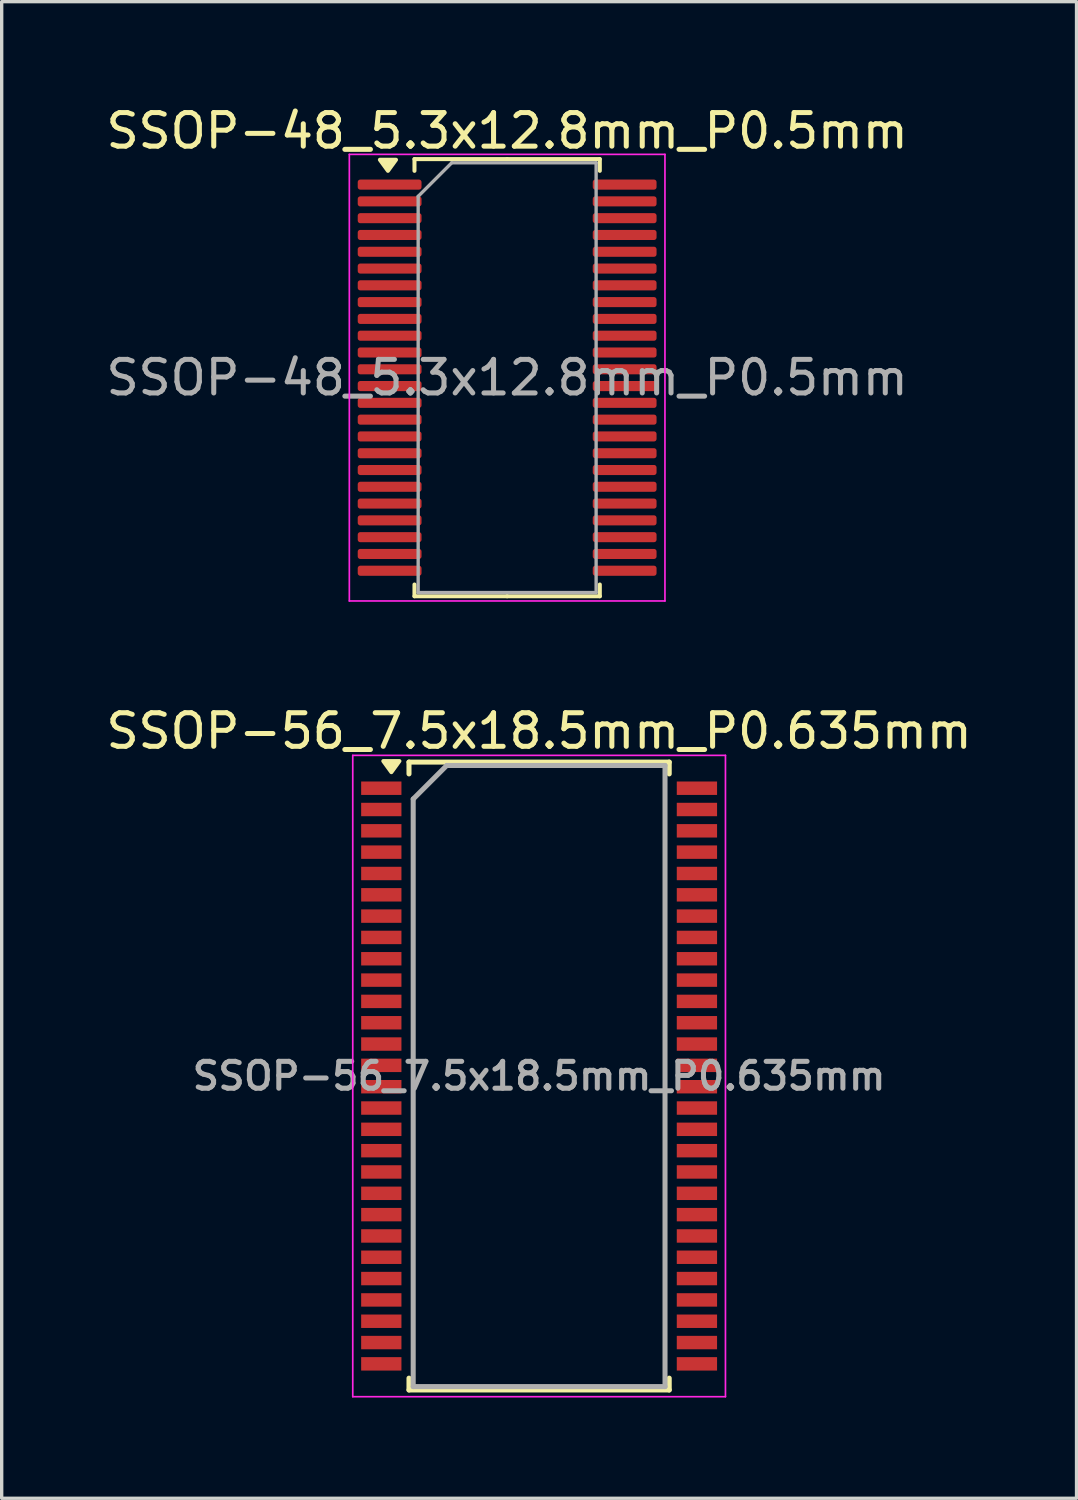
<source format=kicad_pcb>
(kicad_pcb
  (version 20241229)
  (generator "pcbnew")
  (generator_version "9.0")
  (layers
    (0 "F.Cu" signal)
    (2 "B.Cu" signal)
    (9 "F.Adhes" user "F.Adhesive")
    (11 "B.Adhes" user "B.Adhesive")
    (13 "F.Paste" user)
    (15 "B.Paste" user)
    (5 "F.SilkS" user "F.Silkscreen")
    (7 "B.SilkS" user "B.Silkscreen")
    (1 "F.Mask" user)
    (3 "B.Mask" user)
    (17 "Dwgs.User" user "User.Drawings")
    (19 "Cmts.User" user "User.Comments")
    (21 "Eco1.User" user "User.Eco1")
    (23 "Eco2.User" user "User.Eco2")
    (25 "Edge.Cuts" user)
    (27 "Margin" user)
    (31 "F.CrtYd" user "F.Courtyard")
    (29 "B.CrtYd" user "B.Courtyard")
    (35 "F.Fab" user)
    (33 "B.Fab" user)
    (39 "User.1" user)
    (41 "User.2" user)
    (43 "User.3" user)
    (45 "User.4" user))
  (footprint "SSOP-56_7.5x18.5mm_P0.635mm"
    (layer "F.Cu")
    (at 13.006 28.997)
    (property "Reference" "SSOP-56_7.5x18.5mm_P0.635mm" (at 0 -10.275 0) (layer "F.SilkS") (effects (font (size 1 1) (thickness 0.15))))
    (attr smd)
    (fp_line (start -3.875 -9.35) (end -3.875 -8.998) (stroke (width 0.15) (type solid)) (layer "F.SilkS"))
    (fp_line (start -3.875 -9.35) (end 3.875 -9.35) (stroke (width 0.15) (type solid)) (layer "F.SilkS"))
    (fp_line (start -3.875 9.35) (end -3.875 8.998) (stroke (width 0.15) (type solid)) (layer "F.SilkS"))
    (fp_line (start -3.875 9.35) (end 3.875 9.35) (stroke (width 0.15) (type solid)) (layer "F.SilkS"))
    (fp_line (start 3.875 -9.35) (end 3.875 -8.998) (stroke (width 0.15) (type solid)) (layer "F.SilkS"))
    (fp_line (start 3.875 9.35) (end 3.875 8.998) (stroke (width 0.15) (type solid)) (layer "F.SilkS"))
    (fp_poly (pts (xy -4.4 -9.05) (xy -4.64 -9.38) (xy -4.16 -9.38) (xy -4.4 -9.05)) (stroke (width 0.12) (type solid)) (fill yes) (layer "F.SilkS"))
    (fp_line (start -5.55 -9.55) (end -5.55 9.55) (stroke (width 0.05) (type solid)) (layer "F.CrtYd"))
    (fp_line (start -5.55 -9.55) (end 5.55 -9.55) (stroke (width 0.05) (type solid)) (layer "F.CrtYd"))
    (fp_line (start -5.55 9.55) (end 5.55 9.55) (stroke (width 0.05) (type solid)) (layer "F.CrtYd"))
    (fp_line (start 5.55 -9.55) (end 5.55 9.55) (stroke (width 0.05) (type solid)) (layer "F.CrtYd"))
    (fp_line (start -3.75 -8.25) (end -2.75 -9.25) (stroke (width 0.15) (type solid)) (layer "F.Fab"))
    (fp_line (start -3.75 9.25) (end -3.75 -8.25) (stroke (width 0.15) (type solid)) (layer "F.Fab"))
    (fp_line (start -2.75 -9.25) (end 3.75 -9.25) (stroke (width 0.15) (type solid)) (layer "F.Fab"))
    (fp_line (start 3.75 -9.25) (end 3.75 9.25) (stroke (width 0.15) (type solid)) (layer "F.Fab"))
    (fp_line (start 3.75 9.25) (end -3.75 9.25) (stroke (width 0.15) (type solid)) (layer "F.Fab"))
    (fp_text user "${REFERENCE}" (at 0 0 0) (layer "F.Fab") (effects (font (size 0.8 0.8) (thickness 0.15))))
    (pad "1" smd rect (at -4.7 -8.572) (size 1.2 0.4) (layers "F.Cu" "F.Mask" "F.Paste"))
    (pad "2" smd rect (at -4.7 -7.938) (size 1.2 0.4) (layers "F.Cu" "F.Mask" "F.Paste"))
    (pad "3" smd rect (at -4.7 -7.303) (size 1.2 0.4) (layers "F.Cu" "F.Mask" "F.Paste"))
    (pad "4" smd rect (at -4.7 -6.668) (size 1.2 0.4) (layers "F.Cu" "F.Mask" "F.Paste"))
    (pad "5" smd rect (at -4.7 -6.032) (size 1.2 0.4) (layers "F.Cu" "F.Mask" "F.Paste"))
    (pad "6" smd rect (at -4.7 -5.397) (size 1.2 0.4) (layers "F.Cu" "F.Mask" "F.Paste"))
    (pad "7" smd rect (at -4.7 -4.763) (size 1.2 0.4) (layers "F.Cu" "F.Mask" "F.Paste"))
    (pad "8" smd rect (at -4.7 -4.128) (size 1.2 0.4) (layers "F.Cu" "F.Mask" "F.Paste"))
    (pad "9" smd rect (at -4.7 -3.493) (size 1.2 0.4) (layers "F.Cu" "F.Mask" "F.Paste"))
    (pad "10" smd rect (at -4.7 -2.857) (size 1.2 0.4) (layers "F.Cu" "F.Mask" "F.Paste"))
    (pad "11" smd rect (at -4.7 -2.223) (size 1.2 0.4) (layers "F.Cu" "F.Mask" "F.Paste"))
    (pad "12" smd rect (at -4.7 -1.587) (size 1.2 0.4) (layers "F.Cu" "F.Mask" "F.Paste"))
    (pad "13" smd rect (at -4.7 -0.953) (size 1.2 0.4) (layers "F.Cu" "F.Mask" "F.Paste"))
    (pad "14" smd rect (at -4.7 -0.318) (size 1.2 0.4) (layers "F.Cu" "F.Mask" "F.Paste"))
    (pad "15" smd rect (at -4.7 0.318) (size 1.2 0.4) (layers "F.Cu" "F.Mask" "F.Paste"))
    (pad "16" smd rect (at -4.7 0.953) (size 1.2 0.4) (layers "F.Cu" "F.Mask" "F.Paste"))
    (pad "17" smd rect (at -4.7 1.587) (size 1.2 0.4) (layers "F.Cu" "F.Mask" "F.Paste"))
    (pad "18" smd rect (at -4.7 2.223) (size 1.2 0.4) (layers "F.Cu" "F.Mask" "F.Paste"))
    (pad "19" smd rect (at -4.7 2.857) (size 1.2 0.4) (layers "F.Cu" "F.Mask" "F.Paste"))
    (pad "20" smd rect (at -4.7 3.493) (size 1.2 0.4) (layers "F.Cu" "F.Mask" "F.Paste"))
    (pad "21" smd rect (at -4.7 4.128) (size 1.2 0.4) (layers "F.Cu" "F.Mask" "F.Paste"))
    (pad "22" smd rect (at -4.7 4.763) (size 1.2 0.4) (layers "F.Cu" "F.Mask" "F.Paste"))
    (pad "23" smd rect (at -4.7 5.397) (size 1.2 0.4) (layers "F.Cu" "F.Mask" "F.Paste"))
    (pad "24" smd rect (at -4.7 6.032) (size 1.2 0.4) (layers "F.Cu" "F.Mask" "F.Paste"))
    (pad "25" smd rect (at -4.7 6.668) (size 1.2 0.4) (layers "F.Cu" "F.Mask" "F.Paste"))
    (pad "26" smd rect (at -4.7 7.303) (size 1.2 0.4) (layers "F.Cu" "F.Mask" "F.Paste"))
    (pad "27" smd rect (at -4.7 7.938) (size 1.2 0.4) (layers "F.Cu" "F.Mask" "F.Paste"))
    (pad "28" smd rect (at -4.7 8.572) (size 1.2 0.4) (layers "F.Cu" "F.Mask" "F.Paste"))
    (pad "29" smd rect (at 4.7 8.572) (size 1.2 0.4) (layers "F.Cu" "F.Mask" "F.Paste"))
    (pad "30" smd rect (at 4.7 7.938) (size 1.2 0.4) (layers "F.Cu" "F.Mask" "F.Paste"))
    (pad "31" smd rect (at 4.7 7.303) (size 1.2 0.4) (layers "F.Cu" "F.Mask" "F.Paste"))
    (pad "32" smd rect (at 4.7 6.668) (size 1.2 0.4) (layers "F.Cu" "F.Mask" "F.Paste"))
    (pad "33" smd rect (at 4.7 6.032) (size 1.2 0.4) (layers "F.Cu" "F.Mask" "F.Paste"))
    (pad "34" smd rect (at 4.7 5.397) (size 1.2 0.4) (layers "F.Cu" "F.Mask" "F.Paste"))
    (pad "35" smd rect (at 4.7 4.763) (size 1.2 0.4) (layers "F.Cu" "F.Mask" "F.Paste"))
    (pad "36" smd rect (at 4.7 4.128) (size 1.2 0.4) (layers "F.Cu" "F.Mask" "F.Paste"))
    (pad "37" smd rect (at 4.7 3.493) (size 1.2 0.4) (layers "F.Cu" "F.Mask" "F.Paste"))
    (pad "38" smd rect (at 4.7 2.857) (size 1.2 0.4) (layers "F.Cu" "F.Mask" "F.Paste"))
    (pad "39" smd rect (at 4.7 2.223) (size 1.2 0.4) (layers "F.Cu" "F.Mask" "F.Paste"))
    (pad "40" smd rect (at 4.7 1.587) (size 1.2 0.4) (layers "F.Cu" "F.Mask" "F.Paste"))
    (pad "41" smd rect (at 4.7 0.953) (size 1.2 0.4) (layers "F.Cu" "F.Mask" "F.Paste"))
    (pad "42" smd rect (at 4.7 0.318) (size 1.2 0.4) (layers "F.Cu" "F.Mask" "F.Paste"))
    (pad "43" smd rect (at 4.7 -0.318) (size 1.2 0.4) (layers "F.Cu" "F.Mask" "F.Paste"))
    (pad "44" smd rect (at 4.7 -0.953) (size 1.2 0.4) (layers "F.Cu" "F.Mask" "F.Paste"))
    (pad "45" smd rect (at 4.7 -1.587) (size 1.2 0.4) (layers "F.Cu" "F.Mask" "F.Paste"))
    (pad "46" smd rect (at 4.7 -2.223) (size 1.2 0.4) (layers "F.Cu" "F.Mask" "F.Paste"))
    (pad "47" smd rect (at 4.7 -2.857) (size 1.2 0.4) (layers "F.Cu" "F.Mask" "F.Paste"))
    (pad "48" smd rect (at 4.7 -3.493) (size 1.2 0.4) (layers "F.Cu" "F.Mask" "F.Paste"))
    (pad "49" smd rect (at 4.7 -4.128) (size 1.2 0.4) (layers "F.Cu" "F.Mask" "F.Paste"))
    (pad "50" smd rect (at 4.7 -4.763) (size 1.2 0.4) (layers "F.Cu" "F.Mask" "F.Paste"))
    (pad "51" smd rect (at 4.7 -5.397) (size 1.2 0.4) (layers "F.Cu" "F.Mask" "F.Paste"))
    (pad "52" smd rect (at 4.7 -6.032) (size 1.2 0.4) (layers "F.Cu" "F.Mask" "F.Paste"))
    (pad "53" smd rect (at 4.7 -6.668) (size 1.2 0.4) (layers "F.Cu" "F.Mask" "F.Paste"))
    (pad "54" smd rect (at 4.7 -7.303) (size 1.2 0.4) (layers "F.Cu" "F.Mask" "F.Paste"))
    (pad "55" smd rect (at 4.7 -7.938) (size 1.2 0.4) (layers "F.Cu" "F.Mask" "F.Paste"))
    (pad "56" smd rect (at 4.7 -8.572) (size 1.2 0.4) (layers "F.Cu" "F.Mask" "F.Paste")))
  (footprint "SSOP-48_5.3x12.8mm_P0.5mm"
    (layer "F.Cu")
    (at 12.054 8.198)
    (property "Reference" "SSOP-48_5.3x12.8mm_P0.5mm" (at 0 -7.35 0) (layer "F.SilkS") (effects (font (size 1 1) (thickness 0.15))))
    (attr smd)
    (fp_line (start -2.76 -6.51) (end -2.76 -6.16) (stroke (width 0.12) (type solid)) (layer "F.SilkS"))
    (fp_line (start -2.76 6.51) (end -2.76 6.16) (stroke (width 0.12) (type solid)) (layer "F.SilkS"))
    (fp_line (start 0 -6.51) (end -2.76 -6.51) (stroke (width 0.12) (type solid)) (layer "F.SilkS"))
    (fp_line (start 0 -6.51) (end 2.76 -6.51) (stroke (width 0.12) (type solid)) (layer "F.SilkS"))
    (fp_line (start 0 6.51) (end -2.76 6.51) (stroke (width 0.12) (type solid)) (layer "F.SilkS"))
    (fp_line (start 0 6.51) (end 2.76 6.51) (stroke (width 0.12) (type solid)) (layer "F.SilkS"))
    (fp_line (start 2.76 -6.51) (end 2.76 -6.16) (stroke (width 0.12) (type solid)) (layer "F.SilkS"))
    (fp_line (start 2.76 6.51) (end 2.76 6.16) (stroke (width 0.12) (type solid)) (layer "F.SilkS"))
    (fp_poly (pts (xy -3.55 -6.16) (xy -3.79 -6.49) (xy -3.31 -6.49) (xy -3.55 -6.16)) (stroke (width 0.12) (type solid)) (fill yes) (layer "F.SilkS"))
    (fp_line (start -4.7 -6.65) (end -4.7 6.65) (stroke (width 0.05) (type solid)) (layer "F.CrtYd"))
    (fp_line (start -4.7 6.65) (end 4.7 6.65) (stroke (width 0.05) (type solid)) (layer "F.CrtYd"))
    (fp_line (start 4.7 -6.65) (end -4.7 -6.65) (stroke (width 0.05) (type solid)) (layer "F.CrtYd"))
    (fp_line (start 4.7 6.65) (end 4.7 -6.65) (stroke (width 0.05) (type solid)) (layer "F.CrtYd"))
    (fp_line (start -2.65 -5.4) (end -1.65 -6.4) (stroke (width 0.1) (type solid)) (layer "F.Fab"))
    (fp_line (start -2.65 6.4) (end -2.65 -5.4) (stroke (width 0.1) (type solid)) (layer "F.Fab"))
    (fp_line (start -1.65 -6.4) (end 2.65 -6.4) (stroke (width 0.1) (type solid)) (layer "F.Fab"))
    (fp_line (start 2.65 -6.4) (end 2.65 6.4) (stroke (width 0.1) (type solid)) (layer "F.Fab"))
    (fp_line (start 2.65 6.4) (end -2.65 6.4) (stroke (width 0.1) (type solid)) (layer "F.Fab"))
    (fp_text user "${REFERENCE}" (at 0 0 0) (layer "F.Fab") (effects (font (size 1 1) (thickness 0.15))))
    (pad "1" smd roundrect (at -3.5 -5.75) (size 1.9 0.3) (layers "F.Cu" "F.Mask" "F.Paste") (roundrect_rratio 0.25))
    (pad "2" smd roundrect (at -3.5 -5.25) (size 1.9 0.3) (layers "F.Cu" "F.Mask" "F.Paste") (roundrect_rratio 0.25))
    (pad "3" smd roundrect (at -3.5 -4.75) (size 1.9 0.3) (layers "F.Cu" "F.Mask" "F.Paste") (roundrect_rratio 0.25))
    (pad "4" smd roundrect (at -3.5 -4.25) (size 1.9 0.3) (layers "F.Cu" "F.Mask" "F.Paste") (roundrect_rratio 0.25))
    (pad "5" smd roundrect (at -3.5 -3.75) (size 1.9 0.3) (layers "F.Cu" "F.Mask" "F.Paste") (roundrect_rratio 0.25))
    (pad "6" smd roundrect (at -3.5 -3.25) (size 1.9 0.3) (layers "F.Cu" "F.Mask" "F.Paste") (roundrect_rratio 0.25))
    (pad "7" smd roundrect (at -3.5 -2.75) (size 1.9 0.3) (layers "F.Cu" "F.Mask" "F.Paste") (roundrect_rratio 0.25))
    (pad "8" smd roundrect (at -3.5 -2.25) (size 1.9 0.3) (layers "F.Cu" "F.Mask" "F.Paste") (roundrect_rratio 0.25))
    (pad "9" smd roundrect (at -3.5 -1.75) (size 1.9 0.3) (layers "F.Cu" "F.Mask" "F.Paste") (roundrect_rratio 0.25))
    (pad "10" smd roundrect (at -3.5 -1.25) (size 1.9 0.3) (layers "F.Cu" "F.Mask" "F.Paste") (roundrect_rratio 0.25))
    (pad "11" smd roundrect (at -3.5 -0.75) (size 1.9 0.3) (layers "F.Cu" "F.Mask" "F.Paste") (roundrect_rratio 0.25))
    (pad "12" smd roundrect (at -3.5 -0.25) (size 1.9 0.3) (layers "F.Cu" "F.Mask" "F.Paste") (roundrect_rratio 0.25))
    (pad "13" smd roundrect (at -3.5 0.25) (size 1.9 0.3) (layers "F.Cu" "F.Mask" "F.Paste") (roundrect_rratio 0.25))
    (pad "14" smd roundrect (at -3.5 0.75) (size 1.9 0.3) (layers "F.Cu" "F.Mask" "F.Paste") (roundrect_rratio 0.25))
    (pad "15" smd roundrect (at -3.5 1.25) (size 1.9 0.3) (layers "F.Cu" "F.Mask" "F.Paste") (roundrect_rratio 0.25))
    (pad "16" smd roundrect (at -3.5 1.75) (size 1.9 0.3) (layers "F.Cu" "F.Mask" "F.Paste") (roundrect_rratio 0.25))
    (pad "17" smd roundrect (at -3.5 2.25) (size 1.9 0.3) (layers "F.Cu" "F.Mask" "F.Paste") (roundrect_rratio 0.25))
    (pad "18" smd roundrect (at -3.5 2.75) (size 1.9 0.3) (layers "F.Cu" "F.Mask" "F.Paste") (roundrect_rratio 0.25))
    (pad "19" smd roundrect (at -3.5 3.25) (size 1.9 0.3) (layers "F.Cu" "F.Mask" "F.Paste") (roundrect_rratio 0.25))
    (pad "20" smd roundrect (at -3.5 3.75) (size 1.9 0.3) (layers "F.Cu" "F.Mask" "F.Paste") (roundrect_rratio 0.25))
    (pad "21" smd roundrect (at -3.5 4.25) (size 1.9 0.3) (layers "F.Cu" "F.Mask" "F.Paste") (roundrect_rratio 0.25))
    (pad "22" smd roundrect (at -3.5 4.75) (size 1.9 0.3) (layers "F.Cu" "F.Mask" "F.Paste") (roundrect_rratio 0.25))
    (pad "23" smd roundrect (at -3.5 5.25) (size 1.9 0.3) (layers "F.Cu" "F.Mask" "F.Paste") (roundrect_rratio 0.25))
    (pad "24" smd roundrect (at -3.5 5.75) (size 1.9 0.3) (layers "F.Cu" "F.Mask" "F.Paste") (roundrect_rratio 0.25))
    (pad "25" smd roundrect (at 3.5 5.75) (size 1.9 0.3) (layers "F.Cu" "F.Mask" "F.Paste") (roundrect_rratio 0.25))
    (pad "26" smd roundrect (at 3.5 5.25) (size 1.9 0.3) (layers "F.Cu" "F.Mask" "F.Paste") (roundrect_rratio 0.25))
    (pad "27" smd roundrect (at 3.5 4.75) (size 1.9 0.3) (layers "F.Cu" "F.Mask" "F.Paste") (roundrect_rratio 0.25))
    (pad "28" smd roundrect (at 3.5 4.25) (size 1.9 0.3) (layers "F.Cu" "F.Mask" "F.Paste") (roundrect_rratio 0.25))
    (pad "29" smd roundrect (at 3.5 3.75) (size 1.9 0.3) (layers "F.Cu" "F.Mask" "F.Paste") (roundrect_rratio 0.25))
    (pad "30" smd roundrect (at 3.5 3.25) (size 1.9 0.3) (layers "F.Cu" "F.Mask" "F.Paste") (roundrect_rratio 0.25))
    (pad "31" smd roundrect (at 3.5 2.75) (size 1.9 0.3) (layers "F.Cu" "F.Mask" "F.Paste") (roundrect_rratio 0.25))
    (pad "32" smd roundrect (at 3.5 2.25) (size 1.9 0.3) (layers "F.Cu" "F.Mask" "F.Paste") (roundrect_rratio 0.25))
    (pad "33" smd roundrect (at 3.5 1.75) (size 1.9 0.3) (layers "F.Cu" "F.Mask" "F.Paste") (roundrect_rratio 0.25))
    (pad "34" smd roundrect (at 3.5 1.25) (size 1.9 0.3) (layers "F.Cu" "F.Mask" "F.Paste") (roundrect_rratio 0.25))
    (pad "35" smd roundrect (at 3.5 0.75) (size 1.9 0.3) (layers "F.Cu" "F.Mask" "F.Paste") (roundrect_rratio 0.25))
    (pad "36" smd roundrect (at 3.5 0.25) (size 1.9 0.3) (layers "F.Cu" "F.Mask" "F.Paste") (roundrect_rratio 0.25))
    (pad "37" smd roundrect (at 3.5 -0.25) (size 1.9 0.3) (layers "F.Cu" "F.Mask" "F.Paste") (roundrect_rratio 0.25))
    (pad "38" smd roundrect (at 3.5 -0.75) (size 1.9 0.3) (layers "F.Cu" "F.Mask" "F.Paste") (roundrect_rratio 0.25))
    (pad "39" smd roundrect (at 3.5 -1.25) (size 1.9 0.3) (layers "F.Cu" "F.Mask" "F.Paste") (roundrect_rratio 0.25))
    (pad "40" smd roundrect (at 3.5 -1.75) (size 1.9 0.3) (layers "F.Cu" "F.Mask" "F.Paste") (roundrect_rratio 0.25))
    (pad "41" smd roundrect (at 3.5 -2.25) (size 1.9 0.3) (layers "F.Cu" "F.Mask" "F.Paste") (roundrect_rratio 0.25))
    (pad "42" smd roundrect (at 3.5 -2.75) (size 1.9 0.3) (layers "F.Cu" "F.Mask" "F.Paste") (roundrect_rratio 0.25))
    (pad "43" smd roundrect (at 3.5 -3.25) (size 1.9 0.3) (layers "F.Cu" "F.Mask" "F.Paste") (roundrect_rratio 0.25))
    (pad "44" smd roundrect (at 3.5 -3.75) (size 1.9 0.3) (layers "F.Cu" "F.Mask" "F.Paste") (roundrect_rratio 0.25))
    (pad "45" smd roundrect (at 3.5 -4.25) (size 1.9 0.3) (layers "F.Cu" "F.Mask" "F.Paste") (roundrect_rratio 0.25))
    (pad "46" smd roundrect (at 3.5 -4.75) (size 1.9 0.3) (layers "F.Cu" "F.Mask" "F.Paste") (roundrect_rratio 0.25))
    (pad "47" smd roundrect (at 3.5 -5.25) (size 1.9 0.3) (layers "F.Cu" "F.Mask" "F.Paste") (roundrect_rratio 0.25))
    (pad "48" smd roundrect (at 3.5 -5.75) (size 1.9 0.3) (layers "F.Cu" "F.Mask" "F.Paste") (roundrect_rratio 0.25)))
  (gr_rect
    (start -3 -3)
    (end 29.012 41.572)
    (stroke (width 0.1) (type default))
    (fill no)
    (layer "Edge.Cuts")))
</source>
